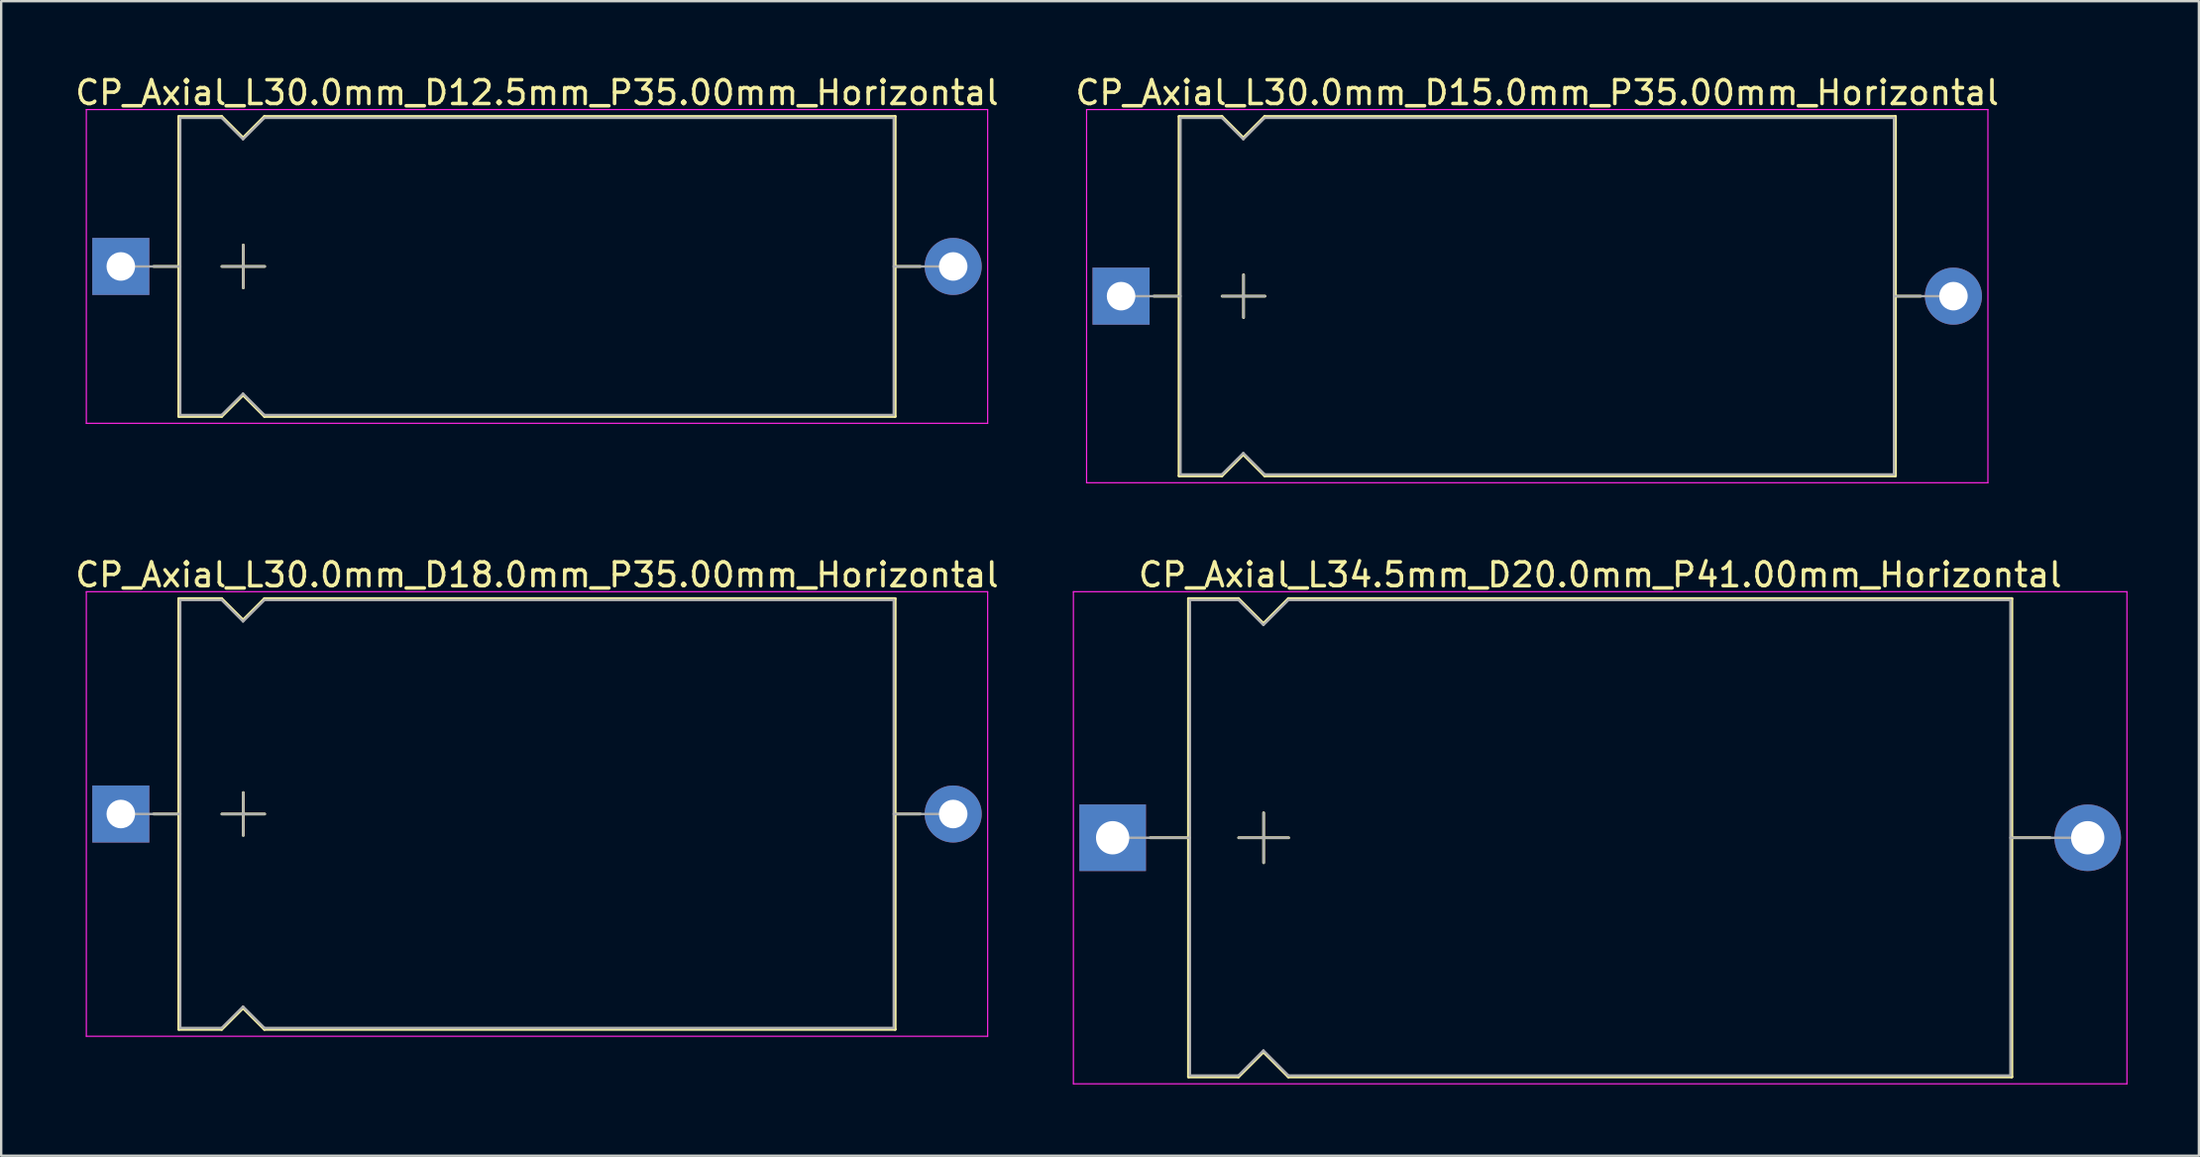
<source format=kicad_pcb>
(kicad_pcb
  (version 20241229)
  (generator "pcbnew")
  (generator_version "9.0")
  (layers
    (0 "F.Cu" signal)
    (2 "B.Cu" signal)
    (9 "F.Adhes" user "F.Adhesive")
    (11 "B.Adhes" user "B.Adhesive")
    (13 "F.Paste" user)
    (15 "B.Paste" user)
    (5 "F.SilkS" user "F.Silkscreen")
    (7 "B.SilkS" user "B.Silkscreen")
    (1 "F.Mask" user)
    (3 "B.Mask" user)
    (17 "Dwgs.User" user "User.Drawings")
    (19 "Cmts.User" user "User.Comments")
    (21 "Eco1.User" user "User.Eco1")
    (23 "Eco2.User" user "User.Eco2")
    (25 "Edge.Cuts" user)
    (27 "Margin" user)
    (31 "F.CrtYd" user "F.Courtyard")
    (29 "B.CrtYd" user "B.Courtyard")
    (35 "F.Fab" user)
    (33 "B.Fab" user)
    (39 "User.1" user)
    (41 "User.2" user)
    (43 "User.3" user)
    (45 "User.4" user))
  (footprint "CP_Axial_L30.0mm_D15.0mm_P35.00mm_Horizontal"
    (layer "F.Cu")
    (at 44.089 9.408)
    (property "Reference" "CP_Axial_L30.0mm_D15.0mm_P35.00mm_Horizontal" (at 17.5 -8.56 0) (layer "F.SilkS") (effects (font (size 1 1) (thickness 0.15))))
    (attr through_hole)
    (fp_line (start 1.38 0) (end 2.44 0) (stroke (width 0.12) (type solid)) (layer "F.SilkS"))
    (fp_line (start 2.44 -7.56) (end 2.44 7.56) (stroke (width 0.12) (type solid)) (layer "F.SilkS"))
    (fp_line (start 2.44 -7.56) (end 4.24 -7.56) (stroke (width 0.12) (type solid)) (layer "F.SilkS"))
    (fp_line (start 2.44 7.56) (end 4.24 7.56) (stroke (width 0.12) (type solid)) (layer "F.SilkS"))
    (fp_line (start 4.24 -7.56) (end 5.14 -6.66) (stroke (width 0.12) (type solid)) (layer "F.SilkS"))
    (fp_line (start 4.24 7.56) (end 5.14 6.66) (stroke (width 0.12) (type solid)) (layer "F.SilkS"))
    (fp_line (start 4.25 0) (end 6.05 0) (stroke (width 0.12) (type solid)) (layer "F.SilkS"))
    (fp_line (start 5.14 -6.66) (end 6.04 -7.56) (stroke (width 0.12) (type solid)) (layer "F.SilkS"))
    (fp_line (start 5.14 6.66) (end 6.04 7.56) (stroke (width 0.12) (type solid)) (layer "F.SilkS"))
    (fp_line (start 5.15 -0.9) (end 5.15 0.9) (stroke (width 0.12) (type solid)) (layer "F.SilkS"))
    (fp_line (start 6.04 -7.56) (end 32.56 -7.56) (stroke (width 0.12) (type solid)) (layer "F.SilkS"))
    (fp_line (start 6.04 7.56) (end 32.56 7.56) (stroke (width 0.12) (type solid)) (layer "F.SilkS"))
    (fp_line (start 32.56 -7.56) (end 32.56 7.56) (stroke (width 0.12) (type solid)) (layer "F.SilkS"))
    (fp_line (start 33.62 0) (end 32.56 0) (stroke (width 0.12) (type solid)) (layer "F.SilkS"))
    (fp_line (start -1.45 -7.85) (end -1.45 7.85) (stroke (width 0.05) (type solid)) (layer "F.CrtYd"))
    (fp_line (start -1.45 7.85) (end 36.45 7.85) (stroke (width 0.05) (type solid)) (layer "F.CrtYd"))
    (fp_line (start 36.45 -7.85) (end -1.45 -7.85) (stroke (width 0.05) (type solid)) (layer "F.CrtYd"))
    (fp_line (start 36.45 7.85) (end 36.45 -7.85) (stroke (width 0.05) (type solid)) (layer "F.CrtYd"))
    (fp_line (start 0 0) (end 2.5 0) (stroke (width 0.1) (type solid)) (layer "F.Fab"))
    (fp_line (start 2.5 -7.5) (end 2.5 7.5) (stroke (width 0.1) (type solid)) (layer "F.Fab"))
    (fp_line (start 2.5 -7.5) (end 4.24 -7.5) (stroke (width 0.1) (type solid)) (layer "F.Fab"))
    (fp_line (start 2.5 7.5) (end 4.24 7.5) (stroke (width 0.1) (type solid)) (layer "F.Fab"))
    (fp_line (start 4.24 -7.5) (end 5.14 -6.6) (stroke (width 0.1) (type solid)) (layer "F.Fab"))
    (fp_line (start 4.24 7.5) (end 5.14 6.6) (stroke (width 0.1) (type solid)) (layer "F.Fab"))
    (fp_line (start 4.25 0) (end 6.05 0) (stroke (width 0.1) (type solid)) (layer "F.Fab"))
    (fp_line (start 5.14 -6.6) (end 6.04 -7.5) (stroke (width 0.1) (type solid)) (layer "F.Fab"))
    (fp_line (start 5.14 6.6) (end 6.04 7.5) (stroke (width 0.1) (type solid)) (layer "F.Fab"))
    (fp_line (start 5.15 -0.9) (end 5.15 0.9) (stroke (width 0.1) (type solid)) (layer "F.Fab"))
    (fp_line (start 6.04 -7.5) (end 32.5 -7.5) (stroke (width 0.1) (type solid)) (layer "F.Fab"))
    (fp_line (start 6.04 7.5) (end 32.5 7.5) (stroke (width 0.1) (type solid)) (layer "F.Fab"))
    (fp_line (start 32.5 -7.5) (end 32.5 7.5) (stroke (width 0.1) (type solid)) (layer "F.Fab"))
    (fp_line (start 35 0) (end 32.5 0) (stroke (width 0.1) (type solid)) (layer "F.Fab"))
    (pad "1" thru_hole rect (at 0 0) (size 2.4 2.4) (drill 1.2) (layers "*.Cu" "*.Mask"))
    (pad "2" thru_hole oval (at 35 0) (size 2.4 2.4) (drill 1.2) (layers "*.Cu" "*.Mask")))
  (footprint "CP_Axial_L30.0mm_D12.5mm_P35.00mm_Horizontal"
    (layer "F.Cu")
    (at 2.03 8.158)
    (property "Reference" "CP_Axial_L30.0mm_D12.5mm_P35.00mm_Horizontal" (at 17.5 -7.31 0) (layer "F.SilkS") (effects (font (size 1 1) (thickness 0.15))))
    (attr through_hole)
    (fp_line (start 1.38 0) (end 2.44 0) (stroke (width 0.12) (type solid)) (layer "F.SilkS"))
    (fp_line (start 2.44 -6.31) (end 2.44 6.31) (stroke (width 0.12) (type solid)) (layer "F.SilkS"))
    (fp_line (start 2.44 -6.31) (end 4.24 -6.31) (stroke (width 0.12) (type solid)) (layer "F.SilkS"))
    (fp_line (start 2.44 6.31) (end 4.24 6.31) (stroke (width 0.12) (type solid)) (layer "F.SilkS"))
    (fp_line (start 4.24 -6.31) (end 5.14 -5.41) (stroke (width 0.12) (type solid)) (layer "F.SilkS"))
    (fp_line (start 4.24 6.31) (end 5.14 5.41) (stroke (width 0.12) (type solid)) (layer "F.SilkS"))
    (fp_line (start 4.25 0) (end 6.05 0) (stroke (width 0.12) (type solid)) (layer "F.SilkS"))
    (fp_line (start 5.14 -5.41) (end 6.04 -6.31) (stroke (width 0.12) (type solid)) (layer "F.SilkS"))
    (fp_line (start 5.14 5.41) (end 6.04 6.31) (stroke (width 0.12) (type solid)) (layer "F.SilkS"))
    (fp_line (start 5.15 -0.9) (end 5.15 0.9) (stroke (width 0.12) (type solid)) (layer "F.SilkS"))
    (fp_line (start 6.04 -6.31) (end 32.56 -6.31) (stroke (width 0.12) (type solid)) (layer "F.SilkS"))
    (fp_line (start 6.04 6.31) (end 32.56 6.31) (stroke (width 0.12) (type solid)) (layer "F.SilkS"))
    (fp_line (start 32.56 -6.31) (end 32.56 6.31) (stroke (width 0.12) (type solid)) (layer "F.SilkS"))
    (fp_line (start 33.62 0) (end 32.56 0) (stroke (width 0.12) (type solid)) (layer "F.SilkS"))
    (fp_line (start -1.45 -6.6) (end -1.45 6.6) (stroke (width 0.05) (type solid)) (layer "F.CrtYd"))
    (fp_line (start -1.45 6.6) (end 36.45 6.6) (stroke (width 0.05) (type solid)) (layer "F.CrtYd"))
    (fp_line (start 36.45 -6.6) (end -1.45 -6.6) (stroke (width 0.05) (type solid)) (layer "F.CrtYd"))
    (fp_line (start 36.45 6.6) (end 36.45 -6.6) (stroke (width 0.05) (type solid)) (layer "F.CrtYd"))
    (fp_line (start 0 0) (end 2.5 0) (stroke (width 0.1) (type solid)) (layer "F.Fab"))
    (fp_line (start 2.5 -6.25) (end 2.5 6.25) (stroke (width 0.1) (type solid)) (layer "F.Fab"))
    (fp_line (start 2.5 -6.25) (end 4.24 -6.25) (stroke (width 0.1) (type solid)) (layer "F.Fab"))
    (fp_line (start 2.5 6.25) (end 4.24 6.25) (stroke (width 0.1) (type solid)) (layer "F.Fab"))
    (fp_line (start 4.24 -6.25) (end 5.14 -5.35) (stroke (width 0.1) (type solid)) (layer "F.Fab"))
    (fp_line (start 4.24 6.25) (end 5.14 5.35) (stroke (width 0.1) (type solid)) (layer "F.Fab"))
    (fp_line (start 4.25 0) (end 6.05 0) (stroke (width 0.1) (type solid)) (layer "F.Fab"))
    (fp_line (start 5.14 -5.35) (end 6.04 -6.25) (stroke (width 0.1) (type solid)) (layer "F.Fab"))
    (fp_line (start 5.14 5.35) (end 6.04 6.25) (stroke (width 0.1) (type solid)) (layer "F.Fab"))
    (fp_line (start 5.15 -0.9) (end 5.15 0.9) (stroke (width 0.1) (type solid)) (layer "F.Fab"))
    (fp_line (start 6.04 -6.25) (end 32.5 -6.25) (stroke (width 0.1) (type solid)) (layer "F.Fab"))
    (fp_line (start 6.04 6.25) (end 32.5 6.25) (stroke (width 0.1) (type solid)) (layer "F.Fab"))
    (fp_line (start 32.5 -6.25) (end 32.5 6.25) (stroke (width 0.1) (type solid)) (layer "F.Fab"))
    (fp_line (start 35 0) (end 32.5 0) (stroke (width 0.1) (type solid)) (layer "F.Fab"))
    (pad "1" thru_hole rect (at 0 0) (size 2.4 2.4) (drill 1.2) (layers "*.Cu" "*.Mask"))
    (pad "2" thru_hole oval (at 35 0) (size 2.4 2.4) (drill 1.2) (layers "*.Cu" "*.Mask")))
  (footprint "CP_Axial_L30.0mm_D18.0mm_P35.00mm_Horizontal"
    (layer "F.Cu")
    (at 2.03 31.192)
    (property "Reference" "CP_Axial_L30.0mm_D18.0mm_P35.00mm_Horizontal" (at 17.5 -10.06 0) (layer "F.SilkS") (effects (font (size 1 1) (thickness 0.15))))
    (attr through_hole)
    (fp_line (start 1.38 0) (end 2.44 0) (stroke (width 0.12) (type solid)) (layer "F.SilkS"))
    (fp_line (start 2.44 -9.06) (end 2.44 9.06) (stroke (width 0.12) (type solid)) (layer "F.SilkS"))
    (fp_line (start 2.44 -9.06) (end 4.24 -9.06) (stroke (width 0.12) (type solid)) (layer "F.SilkS"))
    (fp_line (start 2.44 9.06) (end 4.24 9.06) (stroke (width 0.12) (type solid)) (layer "F.SilkS"))
    (fp_line (start 4.24 -9.06) (end 5.14 -8.16) (stroke (width 0.12) (type solid)) (layer "F.SilkS"))
    (fp_line (start 4.24 9.06) (end 5.14 8.16) (stroke (width 0.12) (type solid)) (layer "F.SilkS"))
    (fp_line (start 4.25 0) (end 6.05 0) (stroke (width 0.12) (type solid)) (layer "F.SilkS"))
    (fp_line (start 5.14 -8.16) (end 6.04 -9.06) (stroke (width 0.12) (type solid)) (layer "F.SilkS"))
    (fp_line (start 5.14 8.16) (end 6.04 9.06) (stroke (width 0.12) (type solid)) (layer "F.SilkS"))
    (fp_line (start 5.15 -0.9) (end 5.15 0.9) (stroke (width 0.12) (type solid)) (layer "F.SilkS"))
    (fp_line (start 6.04 -9.06) (end 32.56 -9.06) (stroke (width 0.12) (type solid)) (layer "F.SilkS"))
    (fp_line (start 6.04 9.06) (end 32.56 9.06) (stroke (width 0.12) (type solid)) (layer "F.SilkS"))
    (fp_line (start 32.56 -9.06) (end 32.56 9.06) (stroke (width 0.12) (type solid)) (layer "F.SilkS"))
    (fp_line (start 33.62 0) (end 32.56 0) (stroke (width 0.12) (type solid)) (layer "F.SilkS"))
    (fp_line (start -1.45 -9.35) (end -1.45 9.35) (stroke (width 0.05) (type solid)) (layer "F.CrtYd"))
    (fp_line (start -1.45 9.35) (end 36.45 9.35) (stroke (width 0.05) (type solid)) (layer "F.CrtYd"))
    (fp_line (start 36.45 -9.35) (end -1.45 -9.35) (stroke (width 0.05) (type solid)) (layer "F.CrtYd"))
    (fp_line (start 36.45 9.35) (end 36.45 -9.35) (stroke (width 0.05) (type solid)) (layer "F.CrtYd"))
    (fp_line (start 0 0) (end 2.5 0) (stroke (width 0.1) (type solid)) (layer "F.Fab"))
    (fp_line (start 2.5 -9) (end 2.5 9) (stroke (width 0.1) (type solid)) (layer "F.Fab"))
    (fp_line (start 2.5 -9) (end 4.24 -9) (stroke (width 0.1) (type solid)) (layer "F.Fab"))
    (fp_line (start 2.5 9) (end 4.24 9) (stroke (width 0.1) (type solid)) (layer "F.Fab"))
    (fp_line (start 4.24 -9) (end 5.14 -8.1) (stroke (width 0.1) (type solid)) (layer "F.Fab"))
    (fp_line (start 4.24 9) (end 5.14 8.1) (stroke (width 0.1) (type solid)) (layer "F.Fab"))
    (fp_line (start 4.25 0) (end 6.05 0) (stroke (width 0.1) (type solid)) (layer "F.Fab"))
    (fp_line (start 5.14 -8.1) (end 6.04 -9) (stroke (width 0.1) (type solid)) (layer "F.Fab"))
    (fp_line (start 5.14 8.1) (end 6.04 9) (stroke (width 0.1) (type solid)) (layer "F.Fab"))
    (fp_line (start 5.15 -0.9) (end 5.15 0.9) (stroke (width 0.1) (type solid)) (layer "F.Fab"))
    (fp_line (start 6.04 -9) (end 32.5 -9) (stroke (width 0.1) (type solid)) (layer "F.Fab"))
    (fp_line (start 6.04 9) (end 32.5 9) (stroke (width 0.1) (type solid)) (layer "F.Fab"))
    (fp_line (start 32.5 -9) (end 32.5 9) (stroke (width 0.1) (type solid)) (layer "F.Fab"))
    (fp_line (start 35 0) (end 32.5 0) (stroke (width 0.1) (type solid)) (layer "F.Fab"))
    (pad "1" thru_hole rect (at 0 0) (size 2.4 2.4) (drill 1.2) (layers "*.Cu" "*.Mask"))
    (pad "2" thru_hole oval (at 35 0) (size 2.4 2.4) (drill 1.2) (layers "*.Cu" "*.Mask")))
  (footprint "CP_Axial_L34.5mm_D20.0mm_P41.00mm_Horizontal"
    (layer "F.Cu")
    (at 43.735 32.191)
    (property "Reference" "CP_Axial_L34.5mm_D20.0mm_P41.00mm_Horizontal" (at 20.5 -11.06 0) (layer "F.SilkS") (effects (font (size 1 1) (thickness 0.15))))
    (attr through_hole)
    (fp_line (start 1.58 0) (end 3.19 0) (stroke (width 0.12) (type solid)) (layer "F.SilkS"))
    (fp_line (start 3.19 -10.06) (end 3.19 10.06) (stroke (width 0.12) (type solid)) (layer "F.SilkS"))
    (fp_line (start 3.19 -10.06) (end 5.29 -10.06) (stroke (width 0.12) (type solid)) (layer "F.SilkS"))
    (fp_line (start 3.19 10.06) (end 5.29 10.06) (stroke (width 0.12) (type solid)) (layer "F.SilkS"))
    (fp_line (start 5.29 -10.06) (end 6.34 -9.01) (stroke (width 0.12) (type solid)) (layer "F.SilkS"))
    (fp_line (start 5.29 10.06) (end 6.34 9.01) (stroke (width 0.12) (type solid)) (layer "F.SilkS"))
    (fp_line (start 5.3 0) (end 7.4 0) (stroke (width 0.12) (type solid)) (layer "F.SilkS"))
    (fp_line (start 6.34 -9.01) (end 7.39 -10.06) (stroke (width 0.12) (type solid)) (layer "F.SilkS"))
    (fp_line (start 6.34 9.01) (end 7.39 10.06) (stroke (width 0.12) (type solid)) (layer "F.SilkS"))
    (fp_line (start 6.35 -1.05) (end 6.35 1.05) (stroke (width 0.12) (type solid)) (layer "F.SilkS"))
    (fp_line (start 7.39 -10.06) (end 37.81 -10.06) (stroke (width 0.12) (type solid)) (layer "F.SilkS"))
    (fp_line (start 7.39 10.06) (end 37.81 10.06) (stroke (width 0.12) (type solid)) (layer "F.SilkS"))
    (fp_line (start 37.81 -10.06) (end 37.81 10.06) (stroke (width 0.12) (type solid)) (layer "F.SilkS"))
    (fp_line (start 39.42 0) (end 37.81 0) (stroke (width 0.12) (type solid)) (layer "F.SilkS"))
    (fp_line (start -1.65 -10.35) (end -1.65 10.35) (stroke (width 0.05) (type solid)) (layer "F.CrtYd"))
    (fp_line (start -1.65 10.35) (end 42.65 10.35) (stroke (width 0.05) (type solid)) (layer "F.CrtYd"))
    (fp_line (start 42.65 -10.35) (end -1.65 -10.35) (stroke (width 0.05) (type solid)) (layer "F.CrtYd"))
    (fp_line (start 42.65 10.35) (end 42.65 -10.35) (stroke (width 0.05) (type solid)) (layer "F.CrtYd"))
    (fp_line (start 0 0) (end 3.25 0) (stroke (width 0.1) (type solid)) (layer "F.Fab"))
    (fp_line (start 3.25 -10) (end 3.25 10) (stroke (width 0.1) (type solid)) (layer "F.Fab"))
    (fp_line (start 3.25 -10) (end 5.29 -10) (stroke (width 0.1) (type solid)) (layer "F.Fab"))
    (fp_line (start 3.25 10) (end 5.29 10) (stroke (width 0.1) (type solid)) (layer "F.Fab"))
    (fp_line (start 5.29 -10) (end 6.34 -8.95) (stroke (width 0.1) (type solid)) (layer "F.Fab"))
    (fp_line (start 5.29 10) (end 6.34 8.95) (stroke (width 0.1) (type solid)) (layer "F.Fab"))
    (fp_line (start 5.3 0) (end 7.4 0) (stroke (width 0.1) (type solid)) (layer "F.Fab"))
    (fp_line (start 6.34 -8.95) (end 7.39 -10) (stroke (width 0.1) (type solid)) (layer "F.Fab"))
    (fp_line (start 6.34 8.95) (end 7.39 10) (stroke (width 0.1) (type solid)) (layer "F.Fab"))
    (fp_line (start 6.35 -1.05) (end 6.35 1.05) (stroke (width 0.1) (type solid)) (layer "F.Fab"))
    (fp_line (start 7.39 -10) (end 37.75 -10) (stroke (width 0.1) (type solid)) (layer "F.Fab"))
    (fp_line (start 7.39 10) (end 37.75 10) (stroke (width 0.1) (type solid)) (layer "F.Fab"))
    (fp_line (start 37.75 -10) (end 37.75 10) (stroke (width 0.1) (type solid)) (layer "F.Fab"))
    (fp_line (start 41 0) (end 37.75 0) (stroke (width 0.1) (type solid)) (layer "F.Fab"))
    (pad "1" thru_hole rect (at 0 0) (size 2.8 2.8) (drill 1.4) (layers "*.Cu" "*.Mask"))
    (pad "2" thru_hole oval (at 41 0) (size 2.8 2.8) (drill 1.4) (layers "*.Cu" "*.Mask")))
  (gr_rect
    (start -3 -3)
    (end 89.41 45.566)
    (stroke (width 0.1) (type default))
    (fill no)
    (layer "Edge.Cuts")))
</source>
